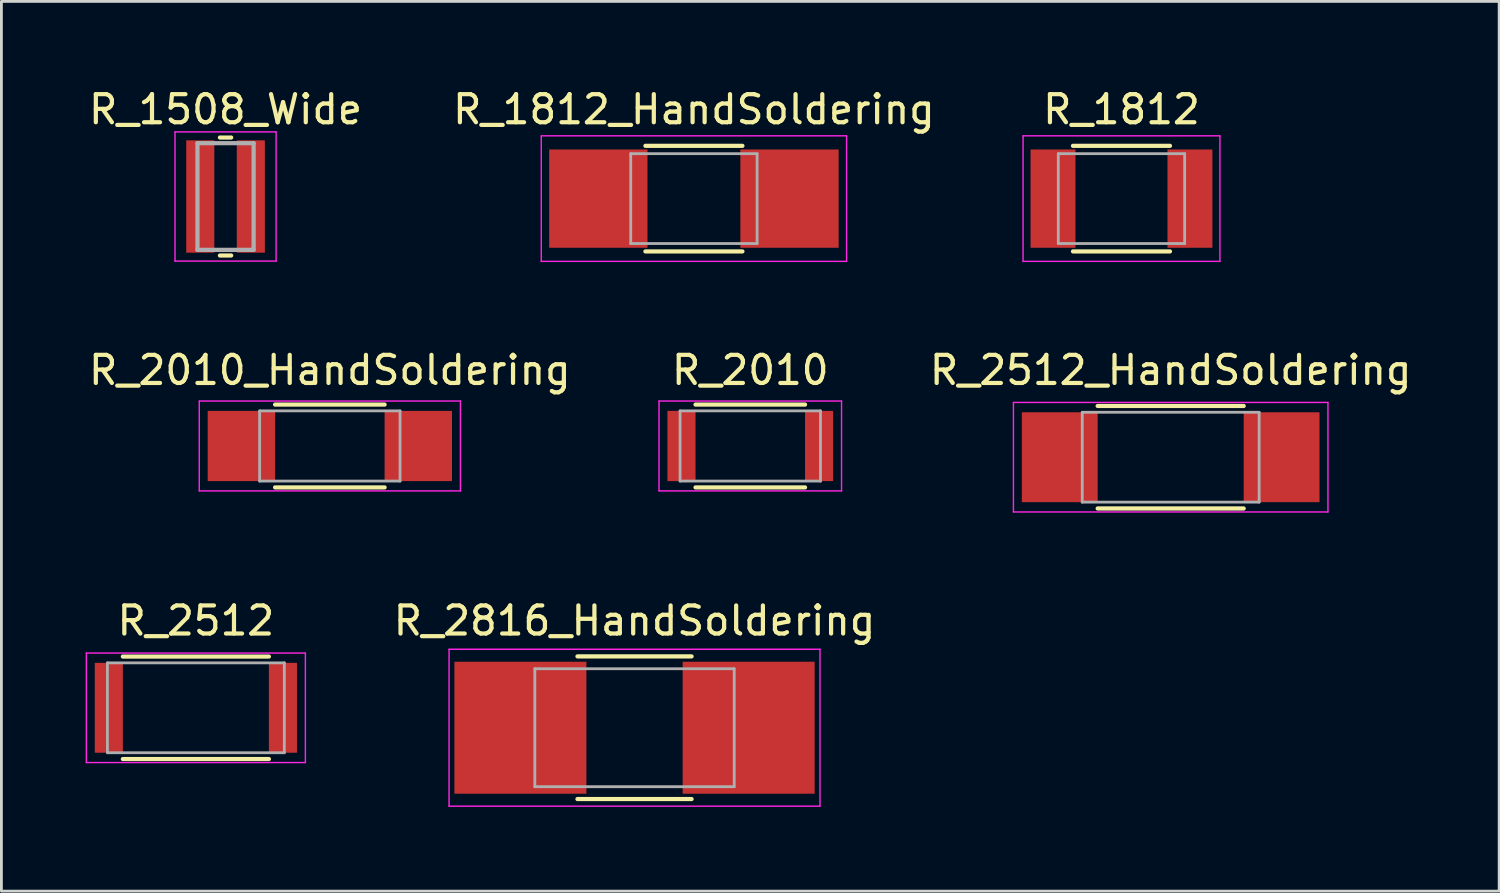
<source format=kicad_pcb>
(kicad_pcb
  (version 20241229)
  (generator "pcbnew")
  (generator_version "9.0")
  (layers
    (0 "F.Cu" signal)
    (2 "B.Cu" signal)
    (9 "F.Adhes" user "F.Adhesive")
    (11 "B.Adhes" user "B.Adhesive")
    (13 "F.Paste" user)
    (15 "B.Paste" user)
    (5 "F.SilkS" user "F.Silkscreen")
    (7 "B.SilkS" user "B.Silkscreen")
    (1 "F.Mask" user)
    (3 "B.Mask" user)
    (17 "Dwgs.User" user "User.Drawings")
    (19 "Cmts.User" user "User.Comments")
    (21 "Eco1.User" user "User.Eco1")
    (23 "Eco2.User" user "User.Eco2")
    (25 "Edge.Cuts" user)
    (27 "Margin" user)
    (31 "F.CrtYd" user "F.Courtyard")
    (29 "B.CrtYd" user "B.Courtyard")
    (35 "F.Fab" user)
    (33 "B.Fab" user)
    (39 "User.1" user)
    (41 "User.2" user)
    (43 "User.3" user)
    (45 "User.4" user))
  (footprint "R_1508_Wide"
    (layer "F.Cu")
    (at 4.982 3.948)
    (property "Reference" "R_1508_Wide" (at 0 -3.1 0) (layer "F.SilkS") (effects (font (size 1 1) (thickness 0.15))))
    (attr smd)
    (fp_line (start -0.2 -2.1) (end 0.2 -2.1) (stroke (width 0.15) (type solid)) (layer "F.SilkS"))
    (fp_line (start 0.2 2.1) (end -0.2 2.1) (stroke (width 0.15) (type solid)) (layer "F.SilkS"))
    (fp_line (start -1.8 -2.3) (end -1.8 2.3) (stroke (width 0.05) (type solid)) (layer "F.CrtYd"))
    (fp_line (start -1.8 -2.3) (end 1.8 -2.3) (stroke (width 0.05) (type solid)) (layer "F.CrtYd"))
    (fp_line (start -1.8 2.3) (end 1.8 2.3) (stroke (width 0.05) (type solid)) (layer "F.CrtYd"))
    (fp_line (start 1.8 -2.3) (end 1.8 2.3) (stroke (width 0.05) (type solid)) (layer "F.CrtYd"))
    (fp_line (start -1 -1.9) (end 1 -1.9) (stroke (width 0.15) (type solid)) (layer "F.Fab"))
    (fp_line (start -1 1.9) (end -1 -1.9) (stroke (width 0.15) (type solid)) (layer "F.Fab"))
    (fp_line (start 1 -1.9) (end 1 1.9) (stroke (width 0.15) (type solid)) (layer "F.Fab"))
    (fp_line (start 1 1.9) (end -1 1.9) (stroke (width 0.15) (type solid)) (layer "F.Fab"))
    (pad "1" smd rect (at -0.9 0) (size 1 4) (layers "F.Cu" "F.Mask" "F.Paste"))
    (pad "2" smd rect (at 0.9 0) (size 1 4) (layers "F.Cu" "F.Mask" "F.Paste")))
  (footprint "R_1812"
    (layer "F.Cu")
    (at 36.887 4.023)
    (property "Reference" "R_1812" (at 0 -3.175 0) (layer "F.SilkS") (effects (font (size 1 1) (thickness 0.15))))
    (attr smd)
    (fp_line (start -1.727 -1.88) (end 1.727 -1.88) (stroke (width 0.15) (type solid)) (layer "F.SilkS"))
    (fp_line (start -1.727 1.88) (end 1.727 1.88) (stroke (width 0.15) (type solid)) (layer "F.SilkS"))
    (fp_line (start -3.505 -2.235) (end 3.505 -2.235) (stroke (width 0.05) (type solid)) (layer "F.CrtYd"))
    (fp_line (start -3.505 2.235) (end -3.505 -2.235) (stroke (width 0.05) (type solid)) (layer "F.CrtYd"))
    (fp_line (start 3.505 -2.235) (end 3.505 2.235) (stroke (width 0.05) (type solid)) (layer "F.CrtYd"))
    (fp_line (start 3.505 2.235) (end -3.505 2.235) (stroke (width 0.05) (type solid)) (layer "F.CrtYd"))
    (fp_line (start -2.25 -1.6) (end 2.25 -1.6) (stroke (width 0.1) (type solid)) (layer "F.Fab"))
    (fp_line (start -2.25 1.6) (end -2.25 -1.6) (stroke (width 0.1) (type solid)) (layer "F.Fab"))
    (fp_line (start 2.25 -1.6) (end 2.25 1.6) (stroke (width 0.1) (type solid)) (layer "F.Fab"))
    (fp_line (start 2.25 1.6) (end -2.25 1.6) (stroke (width 0.1) (type solid)) (layer "F.Fab"))
    (pad "1" smd rect (at -2.438 0) (size 1.6 3.5) (layers "F.Cu" "F.Mask" "F.Paste"))
    (pad "2" smd rect (at 2.438 0) (size 1.6 3.5) (layers "F.Cu" "F.Mask" "F.Paste")))
  (footprint "R_2512_HandSoldering"
    (layer "F.Cu")
    (at 38.639 13.232)
    (property "Reference" "R_2512_HandSoldering" (at 0 -3.1 0) (layer "F.SilkS") (effects (font (size 1 1) (thickness 0.15))))
    (attr smd)
    (fp_line (start -2.6 -1.825) (end 2.6 -1.825) (stroke (width 0.15) (type solid)) (layer "F.SilkS"))
    (fp_line (start 2.6 1.825) (end -2.6 1.825) (stroke (width 0.15) (type solid)) (layer "F.SilkS"))
    (fp_line (start -5.6 -1.95) (end -5.6 1.95) (stroke (width 0.05) (type solid)) (layer "F.CrtYd"))
    (fp_line (start -5.6 -1.95) (end 5.6 -1.95) (stroke (width 0.05) (type solid)) (layer "F.CrtYd"))
    (fp_line (start -5.6 1.95) (end 5.6 1.95) (stroke (width 0.05) (type solid)) (layer "F.CrtYd"))
    (fp_line (start 5.6 -1.95) (end 5.6 1.95) (stroke (width 0.05) (type solid)) (layer "F.CrtYd"))
    (fp_line (start -3.15 -1.6) (end 3.15 -1.6) (stroke (width 0.1) (type solid)) (layer "F.Fab"))
    (fp_line (start -3.15 1.6) (end -3.15 -1.6) (stroke (width 0.1) (type solid)) (layer "F.Fab"))
    (fp_line (start 3.15 -1.6) (end 3.15 1.6) (stroke (width 0.1) (type solid)) (layer "F.Fab"))
    (fp_line (start 3.15 1.6) (end -3.15 1.6) (stroke (width 0.1) (type solid)) (layer "F.Fab"))
    (pad "1" smd rect (at -3.95 0) (size 2.7 3.2) (layers "F.Cu" "F.Mask" "F.Paste"))
    (pad "2" smd rect (at 3.95 0) (size 2.7 3.2) (layers "F.Cu" "F.Mask" "F.Paste")))
  (footprint "R_2010"
    (layer "F.Cu")
    (at 23.668 12.832)
    (property "Reference" "R_2010" (at 0 -2.7 0) (layer "F.SilkS") (effects (font (size 1 1) (thickness 0.15))))
    (attr smd)
    (fp_line (start -1.95 -1.475) (end 1.95 -1.475) (stroke (width 0.15) (type solid)) (layer "F.SilkS"))
    (fp_line (start 1.95 1.475) (end -1.95 1.475) (stroke (width 0.15) (type solid)) (layer "F.SilkS"))
    (fp_line (start -3.25 -1.6) (end -3.25 1.6) (stroke (width 0.05) (type solid)) (layer "F.CrtYd"))
    (fp_line (start -3.25 -1.6) (end 3.25 -1.6) (stroke (width 0.05) (type solid)) (layer "F.CrtYd"))
    (fp_line (start -3.25 1.6) (end 3.25 1.6) (stroke (width 0.05) (type solid)) (layer "F.CrtYd"))
    (fp_line (start 3.25 -1.6) (end 3.25 1.6) (stroke (width 0.05) (type solid)) (layer "F.CrtYd"))
    (fp_line (start -2.5 -1.25) (end 2.5 -1.25) (stroke (width 0.1) (type solid)) (layer "F.Fab"))
    (fp_line (start -2.5 1.25) (end -2.5 -1.25) (stroke (width 0.1) (type solid)) (layer "F.Fab"))
    (fp_line (start 2.5 -1.25) (end 2.5 1.25) (stroke (width 0.1) (type solid)) (layer "F.Fab"))
    (fp_line (start 2.5 1.25) (end -2.5 1.25) (stroke (width 0.1) (type solid)) (layer "F.Fab"))
    (pad "1" smd rect (at -2.45 0) (size 1 2.5) (layers "F.Cu" "F.Mask" "F.Paste"))
    (pad "2" smd rect (at 2.45 0) (size 1 2.5) (layers "F.Cu" "F.Mask" "F.Paste")))
  (footprint "R_1812_HandSoldering"
    (layer "F.Cu")
    (at 21.661 4.023)
    (property "Reference" "R_1812_HandSoldering" (at 0 -3.175 0) (layer "F.SilkS") (effects (font (size 1 1) (thickness 0.15))))
    (attr smd)
    (fp_line (start -1.727 -1.88) (end 1.727 -1.88) (stroke (width 0.15) (type solid)) (layer "F.SilkS"))
    (fp_line (start -1.727 1.88) (end 1.727 1.88) (stroke (width 0.15) (type solid)) (layer "F.SilkS"))
    (fp_line (start -5.436 -2.235) (end 5.436 -2.235) (stroke (width 0.05) (type solid)) (layer "F.CrtYd"))
    (fp_line (start -5.436 2.235) (end -5.436 -2.235) (stroke (width 0.05) (type solid)) (layer "F.CrtYd"))
    (fp_line (start 5.436 -2.235) (end 5.436 2.235) (stroke (width 0.05) (type solid)) (layer "F.CrtYd"))
    (fp_line (start 5.436 2.235) (end -5.436 2.235) (stroke (width 0.05) (type solid)) (layer "F.CrtYd"))
    (fp_line (start -2.25 -1.6) (end 2.25 -1.6) (stroke (width 0.1) (type solid)) (layer "F.Fab"))
    (fp_line (start -2.25 1.6) (end -2.25 -1.6) (stroke (width 0.1) (type solid)) (layer "F.Fab"))
    (fp_line (start 2.25 -1.6) (end 2.25 1.6) (stroke (width 0.1) (type solid)) (layer "F.Fab"))
    (fp_line (start 2.25 1.6) (end -2.25 1.6) (stroke (width 0.1) (type solid)) (layer "F.Fab"))
    (pad "1" smd rect (at -3.404 0) (size 3.5 3.5) (layers "F.Cu" "F.Mask" "F.Paste"))
    (pad "2" smd rect (at 3.404 0) (size 3.5 3.5) (layers "F.Cu" "F.Mask" "F.Paste")))
  (footprint "R_2816_HandSoldering"
    (layer "F.Cu")
    (at 19.546 22.865)
    (property "Reference" "R_2816_HandSoldering" (at 0 -3.81 0) (layer "F.SilkS") (effects (font (size 1 1) (thickness 0.15))))
    (attr smd)
    (fp_line (start -2.032 -2.54) (end 2.032 -2.54) (stroke (width 0.15) (type solid)) (layer "F.SilkS"))
    (fp_line (start -2.032 2.54) (end 2.032 2.54) (stroke (width 0.15) (type solid)) (layer "F.SilkS"))
    (fp_line (start -6.604 -2.794) (end 6.604 -2.794) (stroke (width 0.05) (type solid)) (layer "F.CrtYd"))
    (fp_line (start -6.604 2.794) (end -6.604 -2.794) (stroke (width 0.05) (type solid)) (layer "F.CrtYd"))
    (fp_line (start 6.604 -2.794) (end 6.604 2.794) (stroke (width 0.05) (type solid)) (layer "F.CrtYd"))
    (fp_line (start 6.604 2.794) (end -6.604 2.794) (stroke (width 0.05) (type solid)) (layer "F.CrtYd"))
    (fp_line (start -3.55 -2.1) (end 3.55 -2.1) (stroke (width 0.1) (type solid)) (layer "F.Fab"))
    (fp_line (start -3.55 2.1) (end -3.55 -2.1) (stroke (width 0.1) (type solid)) (layer "F.Fab"))
    (fp_line (start 3.55 -2.1) (end 3.55 2.1) (stroke (width 0.1) (type solid)) (layer "F.Fab"))
    (fp_line (start 3.55 2.1) (end -3.55 2.1) (stroke (width 0.1) (type solid)) (layer "F.Fab"))
    (pad "1" smd rect (at -4.064 0) (size 4.7 4.7) (layers "F.Cu" "F.Mask" "F.Paste"))
    (pad "2" smd rect (at 4.064 0) (size 4.7 4.7) (layers "F.Cu" "F.Mask" "F.Paste")))
  (footprint "R_2010_HandSoldering"
    (layer "F.Cu")
    (at 8.696 12.832)
    (property "Reference" "R_2010_HandSoldering" (at 0 -2.7 0) (layer "F.SilkS") (effects (font (size 1 1) (thickness 0.15))))
    (attr smd)
    (fp_line (start -1.95 -1.475) (end 1.95 -1.475) (stroke (width 0.15) (type solid)) (layer "F.SilkS"))
    (fp_line (start 1.95 1.475) (end -1.95 1.475) (stroke (width 0.15) (type solid)) (layer "F.SilkS"))
    (fp_line (start -4.65 -1.6) (end -4.65 1.6) (stroke (width 0.05) (type solid)) (layer "F.CrtYd"))
    (fp_line (start -4.65 -1.6) (end 4.65 -1.6) (stroke (width 0.05) (type solid)) (layer "F.CrtYd"))
    (fp_line (start -4.65 1.6) (end 4.65 1.6) (stroke (width 0.05) (type solid)) (layer "F.CrtYd"))
    (fp_line (start 4.65 -1.6) (end 4.65 1.6) (stroke (width 0.05) (type solid)) (layer "F.CrtYd"))
    (fp_line (start -2.5 -1.25) (end 2.5 -1.25) (stroke (width 0.1) (type solid)) (layer "F.Fab"))
    (fp_line (start -2.5 1.25) (end -2.5 -1.25) (stroke (width 0.1) (type solid)) (layer "F.Fab"))
    (fp_line (start 2.5 -1.25) (end 2.5 1.25) (stroke (width 0.1) (type solid)) (layer "F.Fab"))
    (fp_line (start 2.5 1.25) (end -2.5 1.25) (stroke (width 0.1) (type solid)) (layer "F.Fab"))
    (pad "1" smd rect (at -3.15 0) (size 2.4 2.5) (layers "F.Cu" "F.Mask" "F.Paste"))
    (pad "2" smd rect (at 3.15 0) (size 2.4 2.5) (layers "F.Cu" "F.Mask" "F.Paste")))
  (footprint "R_2512"
    (layer "F.Cu")
    (at 3.925 22.155)
    (property "Reference" "R_2512" (at 0 -3.1 0) (layer "F.SilkS") (effects (font (size 1 1) (thickness 0.15))))
    (attr smd)
    (fp_line (start -2.6 -1.825) (end 2.6 -1.825) (stroke (width 0.15) (type solid)) (layer "F.SilkS"))
    (fp_line (start 2.6 1.825) (end -2.6 1.825) (stroke (width 0.15) (type solid)) (layer "F.SilkS"))
    (fp_line (start -3.9 -1.95) (end -3.9 1.95) (stroke (width 0.05) (type solid)) (layer "F.CrtYd"))
    (fp_line (start -3.9 -1.95) (end 3.9 -1.95) (stroke (width 0.05) (type solid)) (layer "F.CrtYd"))
    (fp_line (start -3.9 1.95) (end 3.9 1.95) (stroke (width 0.05) (type solid)) (layer "F.CrtYd"))
    (fp_line (start 3.9 -1.95) (end 3.9 1.95) (stroke (width 0.05) (type solid)) (layer "F.CrtYd"))
    (fp_line (start -3.15 -1.6) (end 3.15 -1.6) (stroke (width 0.1) (type solid)) (layer "F.Fab"))
    (fp_line (start -3.15 1.6) (end -3.15 -1.6) (stroke (width 0.1) (type solid)) (layer "F.Fab"))
    (fp_line (start 3.15 -1.6) (end 3.15 1.6) (stroke (width 0.1) (type solid)) (layer "F.Fab"))
    (fp_line (start 3.15 1.6) (end -3.15 1.6) (stroke (width 0.1) (type solid)) (layer "F.Fab"))
    (pad "1" smd rect (at -3.1 0) (size 1 3.2) (layers "F.Cu" "F.Mask" "F.Paste"))
    (pad "2" smd rect (at 3.1 0) (size 1 3.2) (layers "F.Cu" "F.Mask" "F.Paste")))
  (gr_rect
    (start -3 -3)
    (end 50.336 28.684)
    (stroke (width 0.1) (type default))
    (fill no)
    (layer "Edge.Cuts")))
</source>
